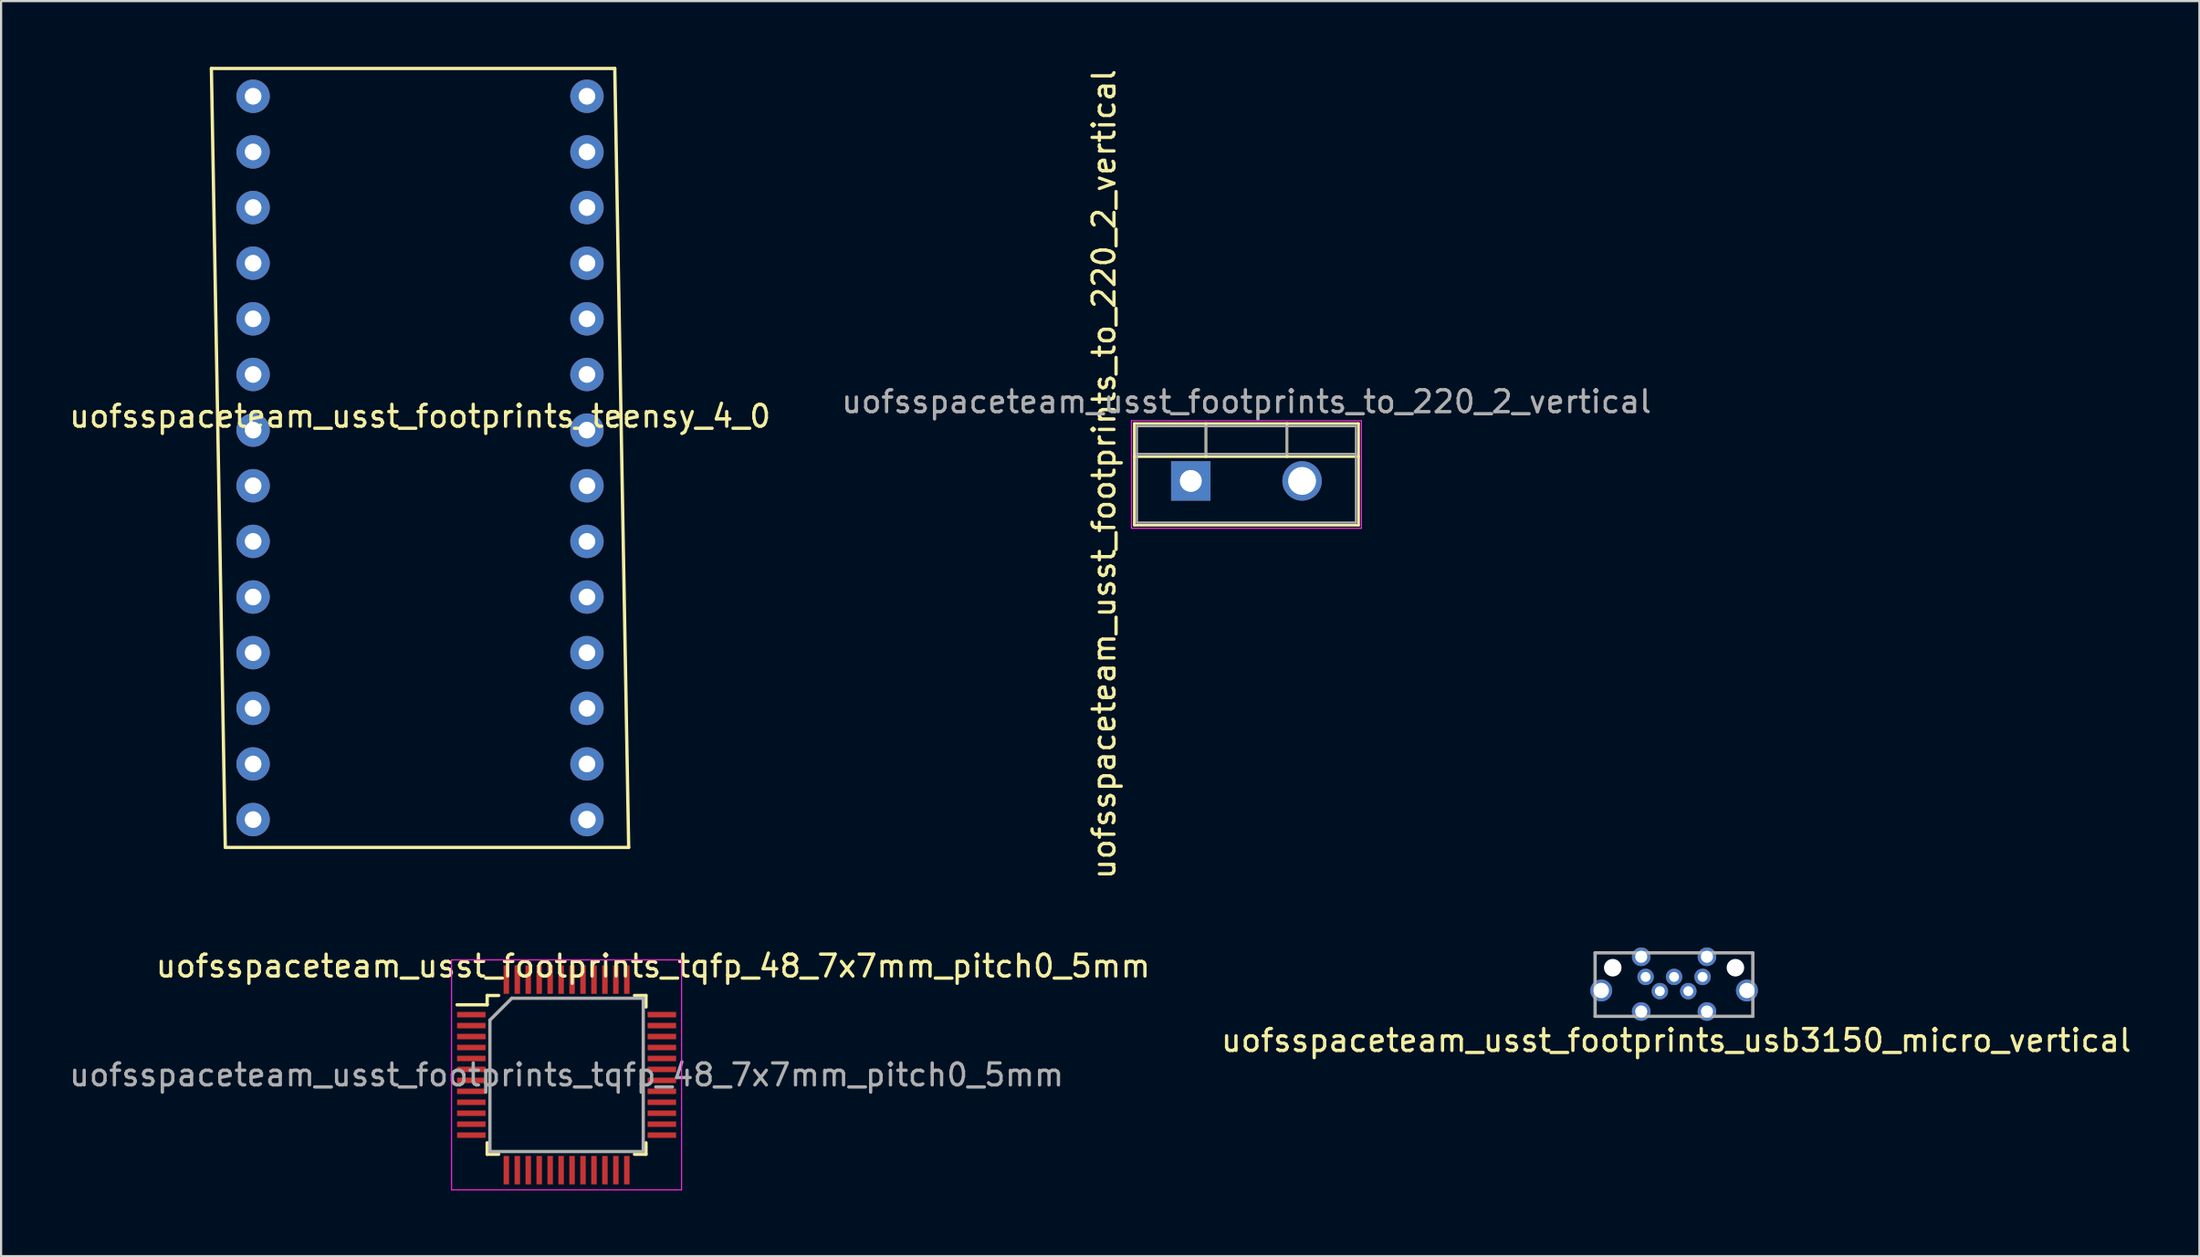
<source format=kicad_pcb>
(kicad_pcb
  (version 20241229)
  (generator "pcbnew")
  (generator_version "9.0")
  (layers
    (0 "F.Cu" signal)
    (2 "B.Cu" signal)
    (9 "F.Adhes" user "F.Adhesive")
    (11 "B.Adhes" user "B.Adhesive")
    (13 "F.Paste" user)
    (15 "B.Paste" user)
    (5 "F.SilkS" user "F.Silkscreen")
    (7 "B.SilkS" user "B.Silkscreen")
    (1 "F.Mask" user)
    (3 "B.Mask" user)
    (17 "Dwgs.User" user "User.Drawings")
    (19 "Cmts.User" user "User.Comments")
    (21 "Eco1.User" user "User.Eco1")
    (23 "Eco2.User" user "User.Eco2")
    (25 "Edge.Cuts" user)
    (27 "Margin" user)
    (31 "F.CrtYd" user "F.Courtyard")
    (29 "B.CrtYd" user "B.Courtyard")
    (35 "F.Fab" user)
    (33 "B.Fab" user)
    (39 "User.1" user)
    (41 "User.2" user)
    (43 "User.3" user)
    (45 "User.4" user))
  (footprint "uofsspaceteam_usst_footprints_usb3150_micro_vertical"
    (layer "F.Cu")
    (at 73.373 41.547)
    (property "Reference" "uofsspaceteam_usst_footprints_usb3150_micro_vertical" (at 0.095 2.9 0) (layer "F.SilkS") (effects (font (size 1 1) (thickness 0.15))))
    (attr through_hole)
    (fp_line (start -3.605 -1.1) (end 3.595 -1.1) (stroke (width 0.15) (type solid)) (layer "F.Fab"))
    (fp_line (start -3.605 1.8) (end -3.605 -1.1) (stroke (width 0.15) (type solid)) (layer "F.Fab"))
    (fp_line (start 3.595 -1.1) (end 3.595 1.8) (stroke (width 0.15) (type solid)) (layer "F.Fab"))
    (fp_line (start 3.595 1.8) (end -3.605 1.8) (stroke (width 0.15) (type solid)) (layer "F.Fab"))
    (pad "" np_thru_hole circle (at -2.8 -0.42) (size 0.8 0.8) (drill 0.8) (layers "*.Cu" "*.Mask"))
    (pad "" np_thru_hole circle (at 2.8 -0.42) (size 0.8 0.8) (drill 0.8) (layers "*.Cu" "*.Mask"))
    (pad "1" thru_hole circle (at -1.3 0) (size 0.75 0.75) (drill 0.45) (layers "*.Cu" "*.Mask"))
    (pad "2" thru_hole circle (at -0.65 0.65) (size 0.75 0.75) (drill 0.45) (layers "*.Cu" "*.Mask"))
    (pad "3" thru_hole circle (at 0 0) (size 0.75 0.75) (drill 0.45) (layers "*.Cu" "*.Mask"))
    (pad "4" thru_hole circle (at 0.65 0.65) (size 0.75 0.75) (drill 0.45) (layers "*.Cu" "*.Mask"))
    (pad "5" thru_hole circle (at 1.3 0) (size 0.75 0.75) (drill 0.45) (layers "*.Cu" "*.Mask"))
    (pad "6" thru_hole circle (at -3.325 0.62) (size 1 1) (drill 0.7) (layers "*.Cu" "*.Mask"))
    (pad "6" thru_hole circle (at -1.5 -0.92) (size 0.85 0.85) (drill 0.55) (layers "*.Cu" "*.Mask"))
    (pad "6" thru_hole circle (at -1.5 1.58) (size 0.85 0.85) (drill 0.55) (layers "*.Cu" "*.Mask"))
    (pad "6" thru_hole circle (at 1.5 -0.92) (size 0.85 0.85) (drill 0.55) (layers "*.Cu" "*.Mask"))
    (pad "6" thru_hole circle (at 1.5 1.58) (size 0.85 0.85) (drill 0.55) (layers "*.Cu" "*.Mask"))
    (pad "6" thru_hole circle (at 3.325 0.62) (size 1 1) (drill 0.7) (layers "*.Cu" "*.Mask")))
  (footprint "uofsspaceteam_usst_footprints_tqfp_48_7x7mm_pitch0_5mm"
    (layer "F.Cu")
    (at 22.815 46.02)
    (property "Reference" "uofsspaceteam_usst_footprints_tqfp_48_7x7mm_pitch0_5mm" (at 3.95 -4.969 0) (layer "F.SilkS") (effects (font (size 1 1) (thickness 0.15))))
    (attr smd)
    (fp_line (start -3.625 -3.625) (end -3.625 -3.2) (stroke (width 0.15) (type solid)) (layer "F.SilkS"))
    (fp_line (start -3.625 -3.625) (end -3.1 -3.625) (stroke (width 0.15) (type solid)) (layer "F.SilkS"))
    (fp_line (start -3.625 -3.2) (end -5 -3.2) (stroke (width 0.15) (type solid)) (layer "F.SilkS"))
    (fp_line (start -3.625 3.625) (end -3.625 3.1) (stroke (width 0.15) (type solid)) (layer "F.SilkS"))
    (fp_line (start -3.625 3.625) (end -3.1 3.625) (stroke (width 0.15) (type solid)) (layer "F.SilkS"))
    (fp_line (start 3.625 -3.625) (end 3.1 -3.625) (stroke (width 0.15) (type solid)) (layer "F.SilkS"))
    (fp_line (start 3.625 -3.625) (end 3.625 -3.1) (stroke (width 0.15) (type solid)) (layer "F.SilkS"))
    (fp_line (start 3.625 3.625) (end 3.1 3.625) (stroke (width 0.15) (type solid)) (layer "F.SilkS"))
    (fp_line (start 3.625 3.625) (end 3.625 3.1) (stroke (width 0.15) (type solid)) (layer "F.SilkS"))
    (fp_line (start -5.25 -5.25) (end -5.25 5.25) (stroke (width 0.05) (type solid)) (layer "F.CrtYd"))
    (fp_line (start -5.25 -5.25) (end 5.25 -5.25) (stroke (width 0.05) (type solid)) (layer "F.CrtYd"))
    (fp_line (start -5.25 5.25) (end 5.25 5.25) (stroke (width 0.05) (type solid)) (layer "F.CrtYd"))
    (fp_line (start 5.25 -5.25) (end 5.25 5.25) (stroke (width 0.05) (type solid)) (layer "F.CrtYd"))
    (fp_line (start -3.5 -2.5) (end -2.5 -3.5) (stroke (width 0.15) (type solid)) (layer "F.Fab"))
    (fp_line (start -3.5 3.5) (end -3.5 -2.5) (stroke (width 0.15) (type solid)) (layer "F.Fab"))
    (fp_line (start -2.5 -3.5) (end 3.5 -3.5) (stroke (width 0.15) (type solid)) (layer "F.Fab"))
    (fp_line (start 3.5 -3.5) (end 3.5 3.5) (stroke (width 0.15) (type solid)) (layer "F.Fab"))
    (fp_line (start 3.5 3.5) (end -3.5 3.5) (stroke (width 0.15) (type solid)) (layer "F.Fab"))
    (fp_text user "${REFERENCE}" (at 0 0 0) (layer "F.Fab") (effects (font (size 1 1) (thickness 0.15))))
    (pad "1" smd rect (at -4.35 -2.75) (size 1.3 0.25) (layers "F.Cu" "F.Mask" "F.Paste"))
    (pad "2" smd rect (at -4.35 -2.25) (size 1.3 0.25) (layers "F.Cu" "F.Mask" "F.Paste"))
    (pad "3" smd rect (at -4.35 -1.75) (size 1.3 0.25) (layers "F.Cu" "F.Mask" "F.Paste"))
    (pad "4" smd rect (at -4.35 -1.25) (size 1.3 0.25) (layers "F.Cu" "F.Mask" "F.Paste"))
    (pad "5" smd rect (at -4.35 -0.75) (size 1.3 0.25) (layers "F.Cu" "F.Mask" "F.Paste"))
    (pad "6" smd rect (at -4.35 -0.25) (size 1.3 0.25) (layers "F.Cu" "F.Mask" "F.Paste"))
    (pad "7" smd rect (at -4.35 0.25) (size 1.3 0.25) (layers "F.Cu" "F.Mask" "F.Paste"))
    (pad "8" smd rect (at -4.35 0.75) (size 1.3 0.25) (layers "F.Cu" "F.Mask" "F.Paste"))
    (pad "9" smd rect (at -4.35 1.25) (size 1.3 0.25) (layers "F.Cu" "F.Mask" "F.Paste"))
    (pad "10" smd rect (at -4.35 1.75) (size 1.3 0.25) (layers "F.Cu" "F.Mask" "F.Paste"))
    (pad "11" smd rect (at -4.35 2.25) (size 1.3 0.25) (layers "F.Cu" "F.Mask" "F.Paste"))
    (pad "12" smd rect (at -4.35 2.75) (size 1.3 0.25) (layers "F.Cu" "F.Mask" "F.Paste"))
    (pad "13" smd rect (at -2.75 4.35 90) (size 1.3 0.25) (layers "F.Cu" "F.Mask" "F.Paste"))
    (pad "14" smd rect (at -2.25 4.35 90) (size 1.3 0.25) (layers "F.Cu" "F.Mask" "F.Paste"))
    (pad "15" smd rect (at -1.75 4.35 90) (size 1.3 0.25) (layers "F.Cu" "F.Mask" "F.Paste"))
    (pad "16" smd rect (at -1.25 4.35 90) (size 1.3 0.25) (layers "F.Cu" "F.Mask" "F.Paste"))
    (pad "17" smd rect (at -0.75 4.35 90) (size 1.3 0.25) (layers "F.Cu" "F.Mask" "F.Paste"))
    (pad "18" smd rect (at -0.25 4.35 90) (size 1.3 0.25) (layers "F.Cu" "F.Mask" "F.Paste"))
    (pad "19" smd rect (at 0.25 4.35 90) (size 1.3 0.25) (layers "F.Cu" "F.Mask" "F.Paste"))
    (pad "20" smd rect (at 0.75 4.35 90) (size 1.3 0.25) (layers "F.Cu" "F.Mask" "F.Paste"))
    (pad "21" smd rect (at 1.25 4.35 90) (size 1.3 0.25) (layers "F.Cu" "F.Mask" "F.Paste"))
    (pad "22" smd rect (at 1.75 4.35 90) (size 1.3 0.25) (layers "F.Cu" "F.Mask" "F.Paste"))
    (pad "23" smd rect (at 2.25 4.35 90) (size 1.3 0.25) (layers "F.Cu" "F.Mask" "F.Paste"))
    (pad "24" smd rect (at 2.75 4.35 90) (size 1.3 0.25) (layers "F.Cu" "F.Mask" "F.Paste"))
    (pad "25" smd rect (at 4.35 2.75) (size 1.3 0.25) (layers "F.Cu" "F.Mask" "F.Paste"))
    (pad "26" smd rect (at 4.35 2.25) (size 1.3 0.25) (layers "F.Cu" "F.Mask" "F.Paste"))
    (pad "27" smd rect (at 4.35 1.75) (size 1.3 0.25) (layers "F.Cu" "F.Mask" "F.Paste"))
    (pad "28" smd rect (at 4.35 1.25) (size 1.3 0.25) (layers "F.Cu" "F.Mask" "F.Paste"))
    (pad "29" smd rect (at 4.35 0.75) (size 1.3 0.25) (layers "F.Cu" "F.Mask" "F.Paste"))
    (pad "30" smd rect (at 4.35 0.25) (size 1.3 0.25) (layers "F.Cu" "F.Mask" "F.Paste"))
    (pad "31" smd rect (at 4.35 -0.25) (size 1.3 0.25) (layers "F.Cu" "F.Mask" "F.Paste"))
    (pad "32" smd rect (at 4.35 -0.75) (size 1.3 0.25) (layers "F.Cu" "F.Mask" "F.Paste"))
    (pad "33" smd rect (at 4.35 -1.25) (size 1.3 0.25) (layers "F.Cu" "F.Mask" "F.Paste"))
    (pad "34" smd rect (at 4.35 -1.75) (size 1.3 0.25) (layers "F.Cu" "F.Mask" "F.Paste"))
    (pad "35" smd rect (at 4.35 -2.25) (size 1.3 0.25) (layers "F.Cu" "F.Mask" "F.Paste"))
    (pad "36" smd rect (at 4.35 -2.75) (size 1.3 0.25) (layers "F.Cu" "F.Mask" "F.Paste"))
    (pad "37" smd rect (at 2.75 -4.35 90) (size 1.3 0.25) (layers "F.Cu" "F.Mask" "F.Paste"))
    (pad "38" smd rect (at 2.25 -4.35 90) (size 1.3 0.25) (layers "F.Cu" "F.Mask" "F.Paste"))
    (pad "39" smd rect (at 1.75 -4.35 90) (size 1.3 0.25) (layers "F.Cu" "F.Mask" "F.Paste"))
    (pad "40" smd rect (at 1.25 -4.35 90) (size 1.3 0.25) (layers "F.Cu" "F.Mask" "F.Paste"))
    (pad "41" smd rect (at 0.75 -4.35 90) (size 1.3 0.25) (layers "F.Cu" "F.Mask" "F.Paste"))
    (pad "42" smd rect (at 0.25 -4.35 90) (size 1.3 0.25) (layers "F.Cu" "F.Mask" "F.Paste"))
    (pad "43" smd rect (at -0.25 -4.35 90) (size 1.3 0.25) (layers "F.Cu" "F.Mask" "F.Paste"))
    (pad "44" smd rect (at -0.75 -4.35 90) (size 1.3 0.25) (layers "F.Cu" "F.Mask" "F.Paste"))
    (pad "45" smd rect (at -1.25 -4.35 90) (size 1.3 0.25) (layers "F.Cu" "F.Mask" "F.Paste"))
    (pad "46" smd rect (at -1.75 -4.35 90) (size 1.3 0.25) (layers "F.Cu" "F.Mask" "F.Paste"))
    (pad "47" smd rect (at -2.25 -4.35 90) (size 1.3 0.25) (layers "F.Cu" "F.Mask" "F.Paste"))
    (pad "48" smd rect (at -2.75 -4.35 90) (size 1.3 0.25) (layers "F.Cu" "F.Mask" "F.Paste")))
  (footprint "uofsspaceteam_usst_footprints_teensy_4_0"
    (layer "F.Cu")
    (at 11.045 9.6)
    (property "Reference" "uofsspaceteam_usst_footprints_teensy_4_0" (at 5.08 6.35 0) (layer "F.SilkS") (effects (font (size 1 1) (thickness 0.15))))
    (attr through_hole)
    (fp_line (start -4.445 -9.525) (end 13.97 -9.525) (stroke (width 0.15) (type solid)) (layer "F.SilkS"))
    (fp_line (start -3.81 26.035) (end -4.445 -9.525) (stroke (width 0.15) (type solid)) (layer "F.SilkS"))
    (fp_line (start 13.97 -9.525) (end 14.605 26.035) (stroke (width 0.15) (type solid)) (layer "F.SilkS"))
    (fp_line (start 14.605 26.035) (end -3.81 26.035) (stroke (width 0.15) (type solid)) (layer "F.SilkS"))
    (pad "0" thru_hole oval (at 12.7 22.225) (size 1.524 1.524) (drill 0.762) (layers "*.Cu" "*.Mask"))
    (pad "1" thru_hole oval (at 12.7 19.685) (size 1.524 1.524) (drill 0.762) (layers "*.Cu" "*.Mask"))
    (pad "2" thru_hole oval (at 12.7 17.145) (size 1.524 1.524) (drill 0.762) (layers "*.Cu" "*.Mask"))
    (pad "3" thru_hole oval (at 12.7 14.605) (size 1.524 1.524) (drill 0.762) (layers "*.Cu" "*.Mask"))
    (pad "3v3" thru_hole oval (at -2.54 19.685) (size 1.524 1.524) (drill 0.762) (layers "*.Cu" "*.Mask"))
    (pad "4" thru_hole oval (at 12.7 12.065) (size 1.524 1.524) (drill 0.762) (layers "*.Cu" "*.Mask"))
    (pad "5" thru_hole oval (at 12.7 9.525) (size 1.524 1.524) (drill 0.762) (layers "*.Cu" "*.Mask"))
    (pad "6" thru_hole oval (at 12.7 6.985) (size 1.524 1.524) (drill 0.762) (layers "*.Cu" "*.Mask"))
    (pad "7" thru_hole oval (at 12.7 4.445) (size 1.524 1.524) (drill 0.762) (layers "*.Cu" "*.Mask"))
    (pad "8" thru_hole oval (at 12.7 1.905) (size 1.524 1.524) (drill 0.762) (layers "*.Cu" "*.Mask"))
    (pad "9" thru_hole oval (at 12.7 -0.635) (size 1.524 1.524) (drill 0.762) (layers "*.Cu" "*.Mask"))
    (pad "10" thru_hole oval (at 12.7 -3.175) (size 1.524 1.524) (drill 0.762) (layers "*.Cu" "*.Mask"))
    (pad "11" thru_hole oval (at 12.7 -5.715) (size 1.524 1.524) (drill 0.762) (layers "*.Cu" "*.Mask"))
    (pad "12" thru_hole oval (at 12.7 -8.255) (size 1.524 1.524) (drill 0.762) (layers "*.Cu" "*.Mask"))
    (pad "13" thru_hole oval (at -2.54 -8.255) (size 1.524 1.524) (drill 0.762) (layers "*.Cu" "*.Mask"))
    (pad "14" thru_hole oval (at -2.54 -5.715) (size 1.524 1.524) (drill 0.762) (layers "*.Cu" "*.Mask"))
    (pad "15" thru_hole oval (at -2.54 -3.175) (size 1.524 1.524) (drill 0.762) (layers "*.Cu" "*.Mask"))
    (pad "16" thru_hole oval (at -2.54 -0.635) (size 1.524 1.524) (drill 0.762) (layers "*.Cu" "*.Mask"))
    (pad "17" thru_hole oval (at -2.54 1.905) (size 1.524 1.524) (drill 0.762) (layers "*.Cu" "*.Mask"))
    (pad "18" thru_hole oval (at -2.54 4.445) (size 1.524 1.524) (drill 0.762) (layers "*.Cu" "*.Mask"))
    (pad "19" thru_hole oval (at -2.54 6.985) (size 1.524 1.524) (drill 0.762) (layers "*.Cu" "*.Mask"))
    (pad "20" thru_hole oval (at -2.54 9.525) (size 1.524 1.524) (drill 0.762) (layers "*.Cu" "*.Mask"))
    (pad "21" thru_hole oval (at -2.54 12.065) (size 1.524 1.524) (drill 0.762) (layers "*.Cu" "*.Mask"))
    (pad "22" thru_hole oval (at -2.54 14.605) (size 1.524 1.524) (drill 0.762) (layers "*.Cu" "*.Mask"))
    (pad "23" thru_hole oval (at -2.54 17.145) (size 1.524 1.524) (drill 0.762) (layers "*.Cu" "*.Mask"))
    (pad "AGND" thru_hole oval (at -2.54 22.225) (size 1.524 1.524) (drill 0.762) (layers "*.Cu" "*.Mask"))
    (pad "GND" thru_hole oval (at 12.7 24.765) (size 1.524 1.524) (drill 0.8) (layers "*.Cu" "*.Mask"))
    (pad "VIN" thru_hole oval (at -2.54 24.765) (size 1.524 1.524) (drill 0.762) (layers "*.Cu" "*.Mask")))
  (footprint "uofsspaceteam_usst_footprints_to_220_2_vertical"
    (layer "F.Cu")
    (at 51.311 18.906)
    (property "Reference" "uofsspaceteam_usst_footprints_to_220_2_vertical" (at -3.962 -0.305 90) (layer "F.SilkS") (effects (font (size 1 1) (thickness 0.15))))
    (attr through_hole)
    (fp_line (start -2.58 -2.62) (end -2.58 2.021) (stroke (width 0.12) (type solid)) (layer "F.SilkS"))
    (fp_line (start -2.58 -2.62) (end 7.66 -2.62) (stroke (width 0.12) (type solid)) (layer "F.SilkS"))
    (fp_line (start -2.58 -1.11) (end 7.66 -1.11) (stroke (width 0.12) (type solid)) (layer "F.SilkS"))
    (fp_line (start -2.58 2.021) (end 7.66 2.021) (stroke (width 0.12) (type solid)) (layer "F.SilkS"))
    (fp_line (start 0.69 -2.62) (end 0.69 -1.11) (stroke (width 0.12) (type solid)) (layer "F.SilkS"))
    (fp_line (start 4.391 -2.62) (end 4.391 -1.11) (stroke (width 0.12) (type solid)) (layer "F.SilkS"))
    (fp_line (start 7.66 -2.62) (end 7.66 2.021) (stroke (width 0.12) (type solid)) (layer "F.SilkS"))
    (fp_line (start -2.71 -2.75) (end -2.71 2.16) (stroke (width 0.05) (type solid)) (layer "F.CrtYd"))
    (fp_line (start -2.71 2.16) (end 7.79 2.16) (stroke (width 0.05) (type solid)) (layer "F.CrtYd"))
    (fp_line (start 7.79 -2.75) (end -2.71 -2.75) (stroke (width 0.05) (type solid)) (layer "F.CrtYd"))
    (fp_line (start 7.79 2.16) (end 7.79 -2.75) (stroke (width 0.05) (type solid)) (layer "F.CrtYd"))
    (fp_line (start -2.46 -2.5) (end -2.46 1.9) (stroke (width 0.1) (type solid)) (layer "F.Fab"))
    (fp_line (start -2.46 -1.23) (end 7.54 -1.23) (stroke (width 0.1) (type solid)) (layer "F.Fab"))
    (fp_line (start -2.46 1.9) (end 7.54 1.9) (stroke (width 0.1) (type solid)) (layer "F.Fab"))
    (fp_line (start 0.69 -2.5) (end 0.69 -1.23) (stroke (width 0.1) (type solid)) (layer "F.Fab"))
    (fp_line (start 4.39 -2.5) (end 4.39 -1.23) (stroke (width 0.1) (type solid)) (layer "F.Fab"))
    (fp_line (start 7.54 -2.5) (end -2.46 -2.5) (stroke (width 0.1) (type solid)) (layer "F.Fab"))
    (fp_line (start 7.54 1.9) (end 7.54 -2.5) (stroke (width 0.1) (type solid)) (layer "F.Fab"))
    (fp_text user "${REFERENCE}" (at 2.54 -3.62 0) (layer "F.Fab") (effects (font (size 1 1) (thickness 0.15))))
    (pad "1" thru_hole rect (at 0 0) (size 1.8 1.8) (drill 1) (layers "*.Cu" "*.Mask"))
    (pad "2" thru_hole oval (at 5.08 0) (size 1.8 1.8) (drill 1.27) (layers "*.Cu" "*.Mask")))
  (gr_rect
    (start -3 -3)
    (end 97.355 54.295)
    (stroke (width 0.1) (type default))
    (fill no)
    (layer "Edge.Cuts")))
</source>
